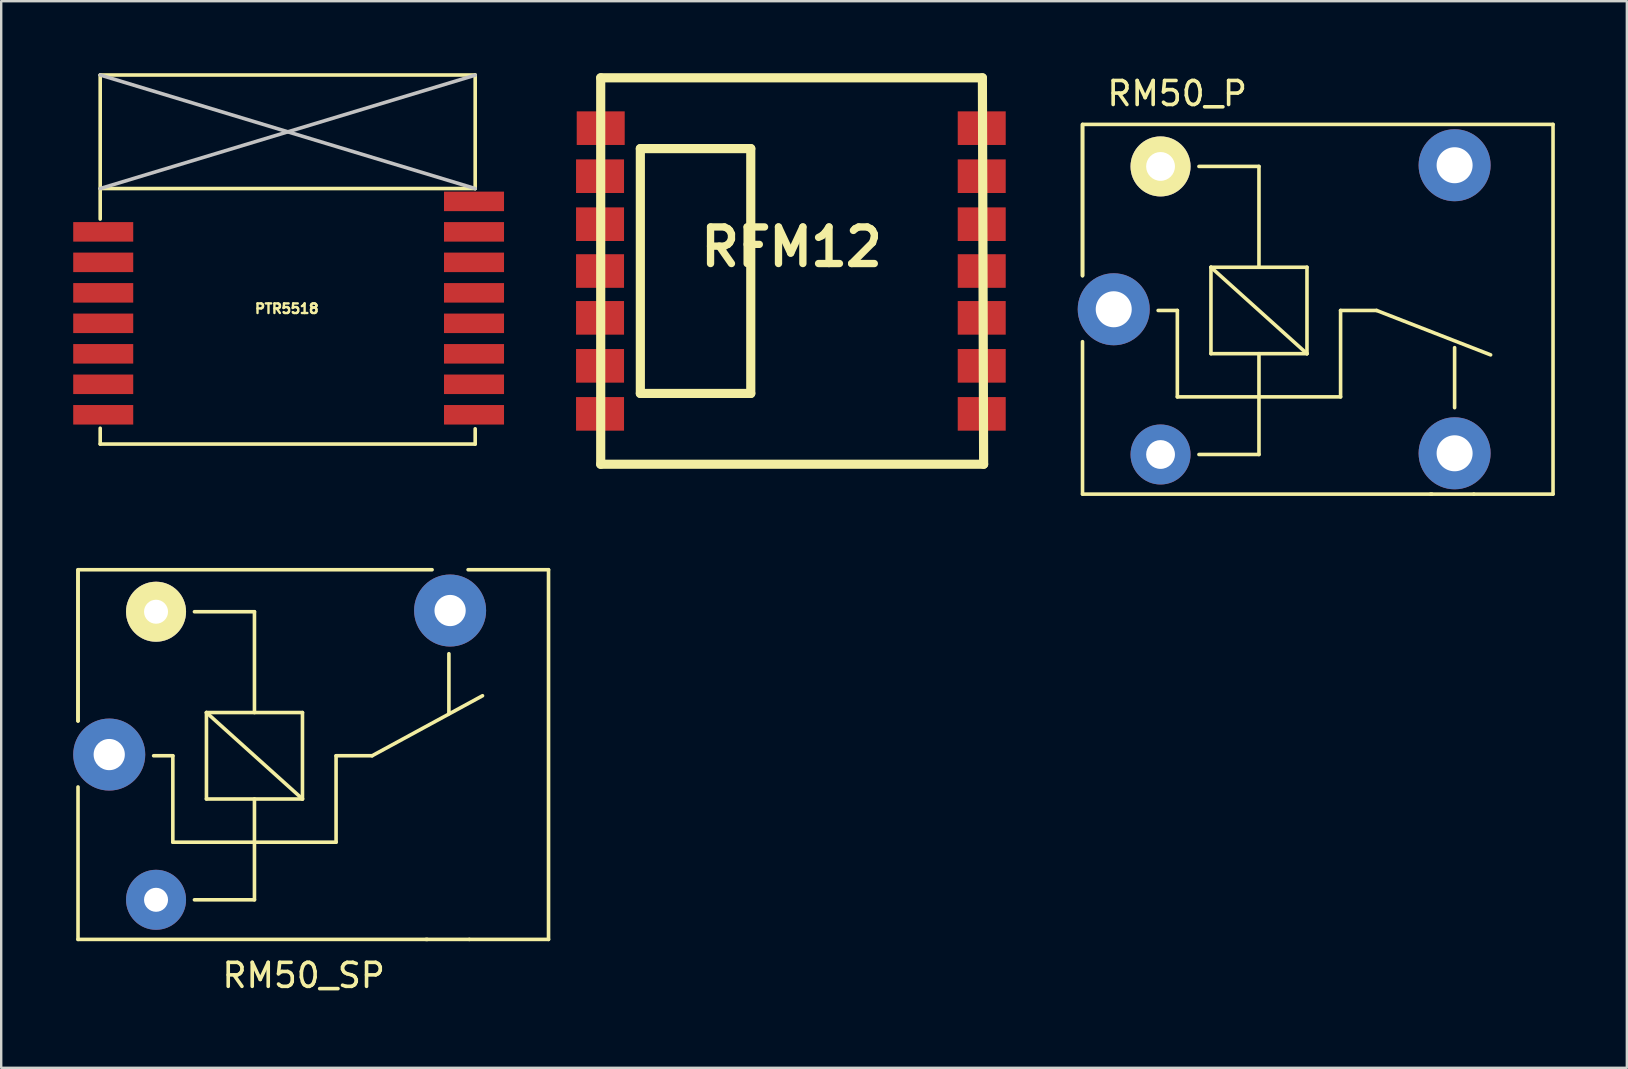
<source format=kicad_pcb>
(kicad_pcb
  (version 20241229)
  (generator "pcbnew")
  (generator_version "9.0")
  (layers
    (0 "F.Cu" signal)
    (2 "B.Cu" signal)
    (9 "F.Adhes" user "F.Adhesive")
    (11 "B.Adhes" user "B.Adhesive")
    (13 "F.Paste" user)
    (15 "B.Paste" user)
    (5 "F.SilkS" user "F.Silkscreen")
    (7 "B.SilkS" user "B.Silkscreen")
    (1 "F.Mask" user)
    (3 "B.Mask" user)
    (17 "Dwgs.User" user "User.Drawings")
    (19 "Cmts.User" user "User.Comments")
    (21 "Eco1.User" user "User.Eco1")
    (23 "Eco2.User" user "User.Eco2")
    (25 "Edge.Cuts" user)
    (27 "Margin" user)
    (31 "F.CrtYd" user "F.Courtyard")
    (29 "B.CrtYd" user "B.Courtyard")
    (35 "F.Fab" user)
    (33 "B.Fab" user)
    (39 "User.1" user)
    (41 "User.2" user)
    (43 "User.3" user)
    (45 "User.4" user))
  (footprint "RM50_P"
    (layer "F.Cu")
    (at 43.345 9.833)
    (property "Reference" "RM50_P" (at 2.643 -8.985 0) (layer "F.SilkS") (effects (font (size 1 1) (thickness 0.15))))
    (attr through_hole)
    (fp_line (start -1.3 -7.7) (end 18.3 -7.7) (stroke (width 0.15) (type solid)) (layer "F.SilkS"))
    (fp_line (start -1.3 -7.65) (end -1.3 -1.4) (stroke (width 0.15) (type solid)) (layer "F.SilkS"))
    (fp_line (start -1.3 -1.4) (end -1.3 -7.7) (stroke (width 0.15) (type solid)) (layer "F.SilkS"))
    (fp_line (start -1.3 1.35) (end -1.3 7.7) (stroke (width 0.15) (type solid)) (layer "F.SilkS"))
    (fp_line (start -1.3 7.7) (end 13.25 7.7) (stroke (width 0.15) (type solid)) (layer "F.SilkS"))
    (fp_line (start 2.65 0.05) (end 1.85 0.05) (stroke (width 0.15) (type solid)) (layer "F.SilkS"))
    (fp_line (start 2.65 0.05) (end 2.65 3.65) (stroke (width 0.15) (type solid)) (layer "F.SilkS"))
    (fp_line (start 3.55 6.05) (end 6.05 6.05) (stroke (width 0.15) (type solid)) (layer "F.SilkS"))
    (fp_line (start 4.05 -1.75) (end 8.05 -1.75) (stroke (width 0.15) (type solid)) (layer "F.SilkS"))
    (fp_line (start 4.05 1.85) (end 4.05 -1.75) (stroke (width 0.15) (type solid)) (layer "F.SilkS"))
    (fp_line (start 6.05 -5.95) (end 3.55 -5.95) (stroke (width 0.15) (type solid)) (layer "F.SilkS"))
    (fp_line (start 6.05 -5.95) (end 6.05 -1.75) (stroke (width 0.15) (type solid)) (layer "F.SilkS"))
    (fp_line (start 6.05 1.85) (end 6.05 6.05) (stroke (width 0.15) (type solid)) (layer "F.SilkS"))
    (fp_line (start 8.05 -1.75) (end 8.05 1.85) (stroke (width 0.15) (type solid)) (layer "F.SilkS"))
    (fp_line (start 8.05 1.85) (end 4.05 -1.75) (stroke (width 0.15) (type solid)) (layer "F.SilkS"))
    (fp_line (start 8.05 1.85) (end 4.05 1.85) (stroke (width 0.15) (type solid)) (layer "F.SilkS"))
    (fp_line (start 9.45 0.05) (end 9.45 3.65) (stroke (width 0.15) (type solid)) (layer "F.SilkS"))
    (fp_line (start 9.45 0.05) (end 10.95 0.05) (stroke (width 0.15) (type solid)) (layer "F.SilkS"))
    (fp_line (start 9.45 3.65) (end 2.65 3.65) (stroke (width 0.15) (type solid)) (layer "F.SilkS"))
    (fp_line (start 10.95 0.05) (end 15.7 1.9) (stroke (width 0.15) (type solid)) (layer "F.SilkS"))
    (fp_line (start 13.2 7.7) (end 15 7.7) (stroke (width 0.15) (type solid)) (layer "F.SilkS"))
    (fp_line (start 14.2 1.6) (end 14.2 4.1) (stroke (width 0.15) (type solid)) (layer "F.SilkS"))
    (fp_line (start 15 7.7) (end 18.3 7.7) (stroke (width 0.15) (type solid)) (layer "F.SilkS"))
    (fp_line (start 18.3 7.7) (end 18.3 -7.7) (stroke (width 0.15) (type solid)) (layer "F.SilkS"))
    (pad "11" thru_hole circle (at 0 0 90) (size 3 3) (drill 1.5) (layers "*.Cu" "*.Mask"))
    (pad "12" thru_hole circle (at 14.2 -6 90) (size 3 3) (drill 1.5) (layers "*.Cu" "*.Mask"))
    (pad "14" thru_hole circle (at 14.2 6 90) (size 3 3) (drill 1.5) (layers "*.Cu" "*.Mask"))
    (pad "A1" thru_hole circle (at 1.95 -5.95 90) (size 2.5 2.5) (drill 1.2) (layers "*.Cu" "*.Mask" "F.SilkS"))
    (pad "A2" thru_hole circle (at 1.95 6.05 90) (size 2.5 2.5) (drill 1.2) (layers "*.Cu" "*.Mask")))
  (footprint "RM50_SP"
    (layer "F.Cu")
    (at 1.5 28.383)
    (property "Reference" "RM50_SP" (at 8.1 9.2 0) (layer "F.SilkS") (effects (font (size 1 1) (thickness 0.15))))
    (attr through_hole)
    (fp_line (start -1.3 -7.7) (end 13.45 -7.7) (stroke (width 0.15) (type solid)) (layer "F.SilkS"))
    (fp_line (start -1.3 -7.65) (end -1.3 -1.4) (stroke (width 0.15) (type solid)) (layer "F.SilkS"))
    (fp_line (start -1.3 -1.4) (end -1.3 -7.7) (stroke (width 0.15) (type solid)) (layer "F.SilkS"))
    (fp_line (start -1.3 1.35) (end -1.3 7.7) (stroke (width 0.15) (type solid)) (layer "F.SilkS"))
    (fp_line (start -1.3 7.7) (end 13.25 7.7) (stroke (width 0.15) (type solid)) (layer "F.SilkS"))
    (fp_line (start 2.65 0.05) (end 1.85 0.05) (stroke (width 0.15) (type solid)) (layer "F.SilkS"))
    (fp_line (start 2.65 0.05) (end 2.65 3.65) (stroke (width 0.15) (type solid)) (layer "F.SilkS"))
    (fp_line (start 3.55 6.05) (end 6.05 6.05) (stroke (width 0.15) (type solid)) (layer "F.SilkS"))
    (fp_line (start 4.05 -1.75) (end 8.05 -1.75) (stroke (width 0.15) (type solid)) (layer "F.SilkS"))
    (fp_line (start 4.05 1.85) (end 4.05 -1.75) (stroke (width 0.15) (type solid)) (layer "F.SilkS"))
    (fp_line (start 6.05 -5.95) (end 3.55 -5.95) (stroke (width 0.15) (type solid)) (layer "F.SilkS"))
    (fp_line (start 6.05 -5.95) (end 6.05 -1.75) (stroke (width 0.15) (type solid)) (layer "F.SilkS"))
    (fp_line (start 6.05 1.85) (end 6.05 6.05) (stroke (width 0.15) (type solid)) (layer "F.SilkS"))
    (fp_line (start 8.05 -1.75) (end 8.05 1.85) (stroke (width 0.15) (type solid)) (layer "F.SilkS"))
    (fp_line (start 8.05 1.85) (end 4.05 -1.75) (stroke (width 0.15) (type solid)) (layer "F.SilkS"))
    (fp_line (start 8.05 1.85) (end 4.05 1.85) (stroke (width 0.15) (type solid)) (layer "F.SilkS"))
    (fp_line (start 9.45 0.05) (end 9.45 3.65) (stroke (width 0.15) (type solid)) (layer "F.SilkS"))
    (fp_line (start 9.45 0.05) (end 10.95 0.05) (stroke (width 0.15) (type solid)) (layer "F.SilkS"))
    (fp_line (start 9.45 3.65) (end 2.65 3.65) (stroke (width 0.15) (type solid)) (layer "F.SilkS"))
    (fp_line (start 10.95 0.05) (end 15.55 -2.45) (stroke (width 0.15) (type solid)) (layer "F.SilkS"))
    (fp_line (start 13.2 7.7) (end 15 7.7) (stroke (width 0.15) (type solid)) (layer "F.SilkS"))
    (fp_line (start 14.15 -4.2) (end 14.15 -1.7) (stroke (width 0.15) (type solid)) (layer "F.SilkS"))
    (fp_line (start 15 7.7) (end 18.3 7.7) (stroke (width 0.15) (type solid)) (layer "F.SilkS"))
    (fp_line (start 18.3 -7.7) (end 14.95 -7.7) (stroke (width 0.15) (type solid)) (layer "F.SilkS"))
    (fp_line (start 18.3 7.7) (end 18.3 -7.7) (stroke (width 0.15) (type solid)) (layer "F.SilkS"))
    (pad "11" thru_hole circle (at 0 0 90) (size 3 3) (drill 1.3) (layers "*.Cu" "*.Mask"))
    (pad "14" thru_hole circle (at 14.2 -6 90) (size 3 3) (drill 1.3) (layers "*.Cu" "*.Mask"))
    (pad "A1" thru_hole circle (at 1.95 -5.95 90) (size 2.5 2.5) (drill 1) (layers "*.Cu" "*.Mask" "F.SilkS"))
    (pad "A2" thru_hole circle (at 1.95 6.05 90) (size 2.5 2.5) (drill 1) (layers "*.Cu" "*.Mask")))
  (footprint "PTR5518"
    (layer "F.Cu")
    (at 9.379 9.352)
    (property "Reference" "PTR5518" (at -0.483 0.457 0) (layer "F.SilkS") (effects (font (size 0.4 0.4) (thickness 0.1))))
    (attr smd)
    (fp_line (start -8.255 -3.277) (end -8.255 -9.277) (stroke (width 0.15) (type solid)) (layer "F.SilkS"))
    (fp_line (start -8.255 6.096) (end -8.255 5.437) (stroke (width 0.15) (type solid)) (layer "F.SilkS"))
    (fp_line (start 7.366 5.461) (end 7.366 6.097) (stroke (width 0.15) (type solid)) (layer "F.SilkS"))
    (fp_line (start 7.366 6.096) (end -8.255 6.096) (stroke (width 0.15) (type solid)) (layer "F.SilkS"))
    (fp_line (start 7.366 -9.277) (end -8.255 -9.277) (stroke (width 0.15) (type solid)) (layer "F.SilkS"))
    (fp_line (start 7.366 -4.547) (end -8.255 -4.547) (stroke (width 0.15) (type solid)) (layer "F.SilkS"))
    (fp_line (start 7.366 -4.547) (end 7.366 -9.277) (stroke (width 0.15) (type solid)) (layer "F.SilkS"))
    (fp_line (start -8.255 -4.547) (end 7.366 -9.271) (stroke (width 0.15) (type solid)) (layer "Dwgs.User"))
    (fp_line (start 7.366 -4.547) (end -8.255 -9.277) (stroke (width 0.15) (type solid)) (layer "Dwgs.User"))
    (pad "1" smd rect (at 7.317 4.877 270) (size 0.813 2.5) (layers "F.Cu" "F.Mask" "F.Paste"))
    (pad "2" smd rect (at 7.317 3.607 270) (size 0.813 2.5) (layers "F.Cu" "F.Mask" "F.Paste"))
    (pad "3" smd rect (at 7.317 2.337 270) (size 0.813 2.5) (layers "F.Cu" "F.Mask" "F.Paste"))
    (pad "4" smd rect (at 7.317 1.067 270) (size 0.813 2.5) (layers "F.Cu" "F.Mask" "F.Paste"))
    (pad "5" smd rect (at 7.317 -0.203 270) (size 0.813 2.5) (layers "F.Cu" "F.Mask" "F.Paste"))
    (pad "6" smd rect (at 7.317 -1.473 270) (size 0.813 2.5) (layers "F.Cu" "F.Mask" "F.Paste"))
    (pad "7" smd rect (at 7.317 -2.743 270) (size 0.813 2.5) (layers "F.Cu" "F.Mask" "F.Paste"))
    (pad "8" smd rect (at 7.317 -4.013 270) (size 0.813 2.5) (layers "F.Cu" "F.Mask" "F.Paste"))
    (pad "9" smd rect (at -8.129 -2.743 270) (size 0.813 2.5) (layers "F.Cu" "F.Mask" "F.Paste"))
    (pad "10" smd rect (at -8.129 -1.473 270) (size 0.813 2.5) (layers "F.Cu" "F.Mask" "F.Paste"))
    (pad "11" smd rect (at -8.129 -0.203 270) (size 0.813 2.5) (layers "F.Cu" "F.Mask" "F.Paste"))
    (pad "12" smd rect (at -8.129 1.067 270) (size 0.813 2.5) (layers "F.Cu" "F.Mask" "F.Paste"))
    (pad "13" smd rect (at -8.129 2.337 270) (size 0.813 2.5) (layers "F.Cu" "F.Mask" "F.Paste"))
    (pad "14" smd rect (at -8.129 3.607 270) (size 0.813 2.5) (layers "F.Cu" "F.Mask" "F.Paste"))
    (pad "15" smd rect (at -8.129 4.877 270) (size 0.813 2.5) (layers "F.Cu" "F.Mask" "F.Paste")))
  (footprint "RFM12"
    (layer "F.Cu")
    (at 29.924 8.24)
    (property "Reference" "RFM12" (at 0 -1.001 0) (layer "F.SilkS") (effects (font (size 1.524 1.524) (thickness 0.305))))
    (attr through_hole)
    (fp_line (start -7.95 -8.049) (end 7.95 -8.049) (stroke (width 0.381) (type solid)) (layer "F.SilkS"))
    (fp_line (start -7.95 8.049) (end -7.95 -8.049) (stroke (width 0.381) (type solid)) (layer "F.SilkS"))
    (fp_line (start -6.299 -5.1) (end -1.699 -5.1) (stroke (width 0.381) (type solid)) (layer "F.SilkS"))
    (fp_line (start -6.299 5.1) (end -6.299 -5.1) (stroke (width 0.381) (type solid)) (layer "F.SilkS"))
    (fp_line (start -1.699 -5.1) (end -1.699 5.1) (stroke (width 0.381) (type solid)) (layer "F.SilkS"))
    (fp_line (start -1.699 5.1) (end -6.299 5.1) (stroke (width 0.381) (type solid)) (layer "F.SilkS"))
    (fp_line (start 7.95 -8.049) (end 8.001 8.049) (stroke (width 0.381) (type solid)) (layer "F.SilkS"))
    (fp_line (start 8.001 8.049) (end -7.95 8.049) (stroke (width 0.381) (type solid)) (layer "F.SilkS"))
    (pad "1" smd rect (at -7.95 -5.951) (size 1.999 1.4) (layers "F.Cu" "F.Mask" "F.Paste"))
    (pad "2" smd rect (at -7.978 -3.95) (size 1.999 1.4) (layers "F.Cu" "F.Mask" "F.Paste"))
    (pad "3" smd rect (at -7.978 -1.951) (size 1.999 1.4) (layers "F.Cu" "F.Mask" "F.Paste"))
    (pad "4" smd rect (at -7.978 0) (size 1.999 1.4) (layers "F.Cu" "F.Mask" "F.Paste"))
    (pad "5" smd rect (at -7.978 1.951) (size 1.999 1.4) (layers "F.Cu" "F.Mask" "F.Paste"))
    (pad "6" smd rect (at -7.978 3.95) (size 1.999 1.4) (layers "F.Cu" "F.Mask" "F.Paste"))
    (pad "7" smd rect (at -7.978 5.951) (size 1.999 1.4) (layers "F.Cu" "F.Mask" "F.Paste"))
    (pad "8" smd rect (at 7.922 5.951) (size 1.999 1.4) (layers "F.Cu" "F.Mask" "F.Paste"))
    (pad "9" smd rect (at 7.922 3.95) (size 1.999 1.4) (layers "F.Cu" "F.Mask" "F.Paste"))
    (pad "10" smd rect (at 7.922 1.951) (size 1.999 1.4) (layers "F.Cu" "F.Mask" "F.Paste"))
    (pad "11" smd rect (at 7.922 0) (size 1.999 1.4) (layers "F.Cu" "F.Mask" "F.Paste"))
    (pad "12" smd rect (at 7.922 -1.951) (size 1.999 1.4) (layers "F.Cu" "F.Mask" "F.Paste"))
    (pad "13" smd rect (at 7.922 -3.95) (size 1.999 1.4) (layers "F.Cu" "F.Mask" "F.Paste"))
    (pad "14" smd rect (at 7.922 -5.951) (size 1.999 1.4) (layers "F.Cu" "F.Mask" "F.Paste")))
  (gr_rect
    (start -3 -3)
    (end 64.72 41.431)
    (stroke (width 0.1) (type default))
    (fill no)
    (layer "Edge.Cuts")))
</source>
